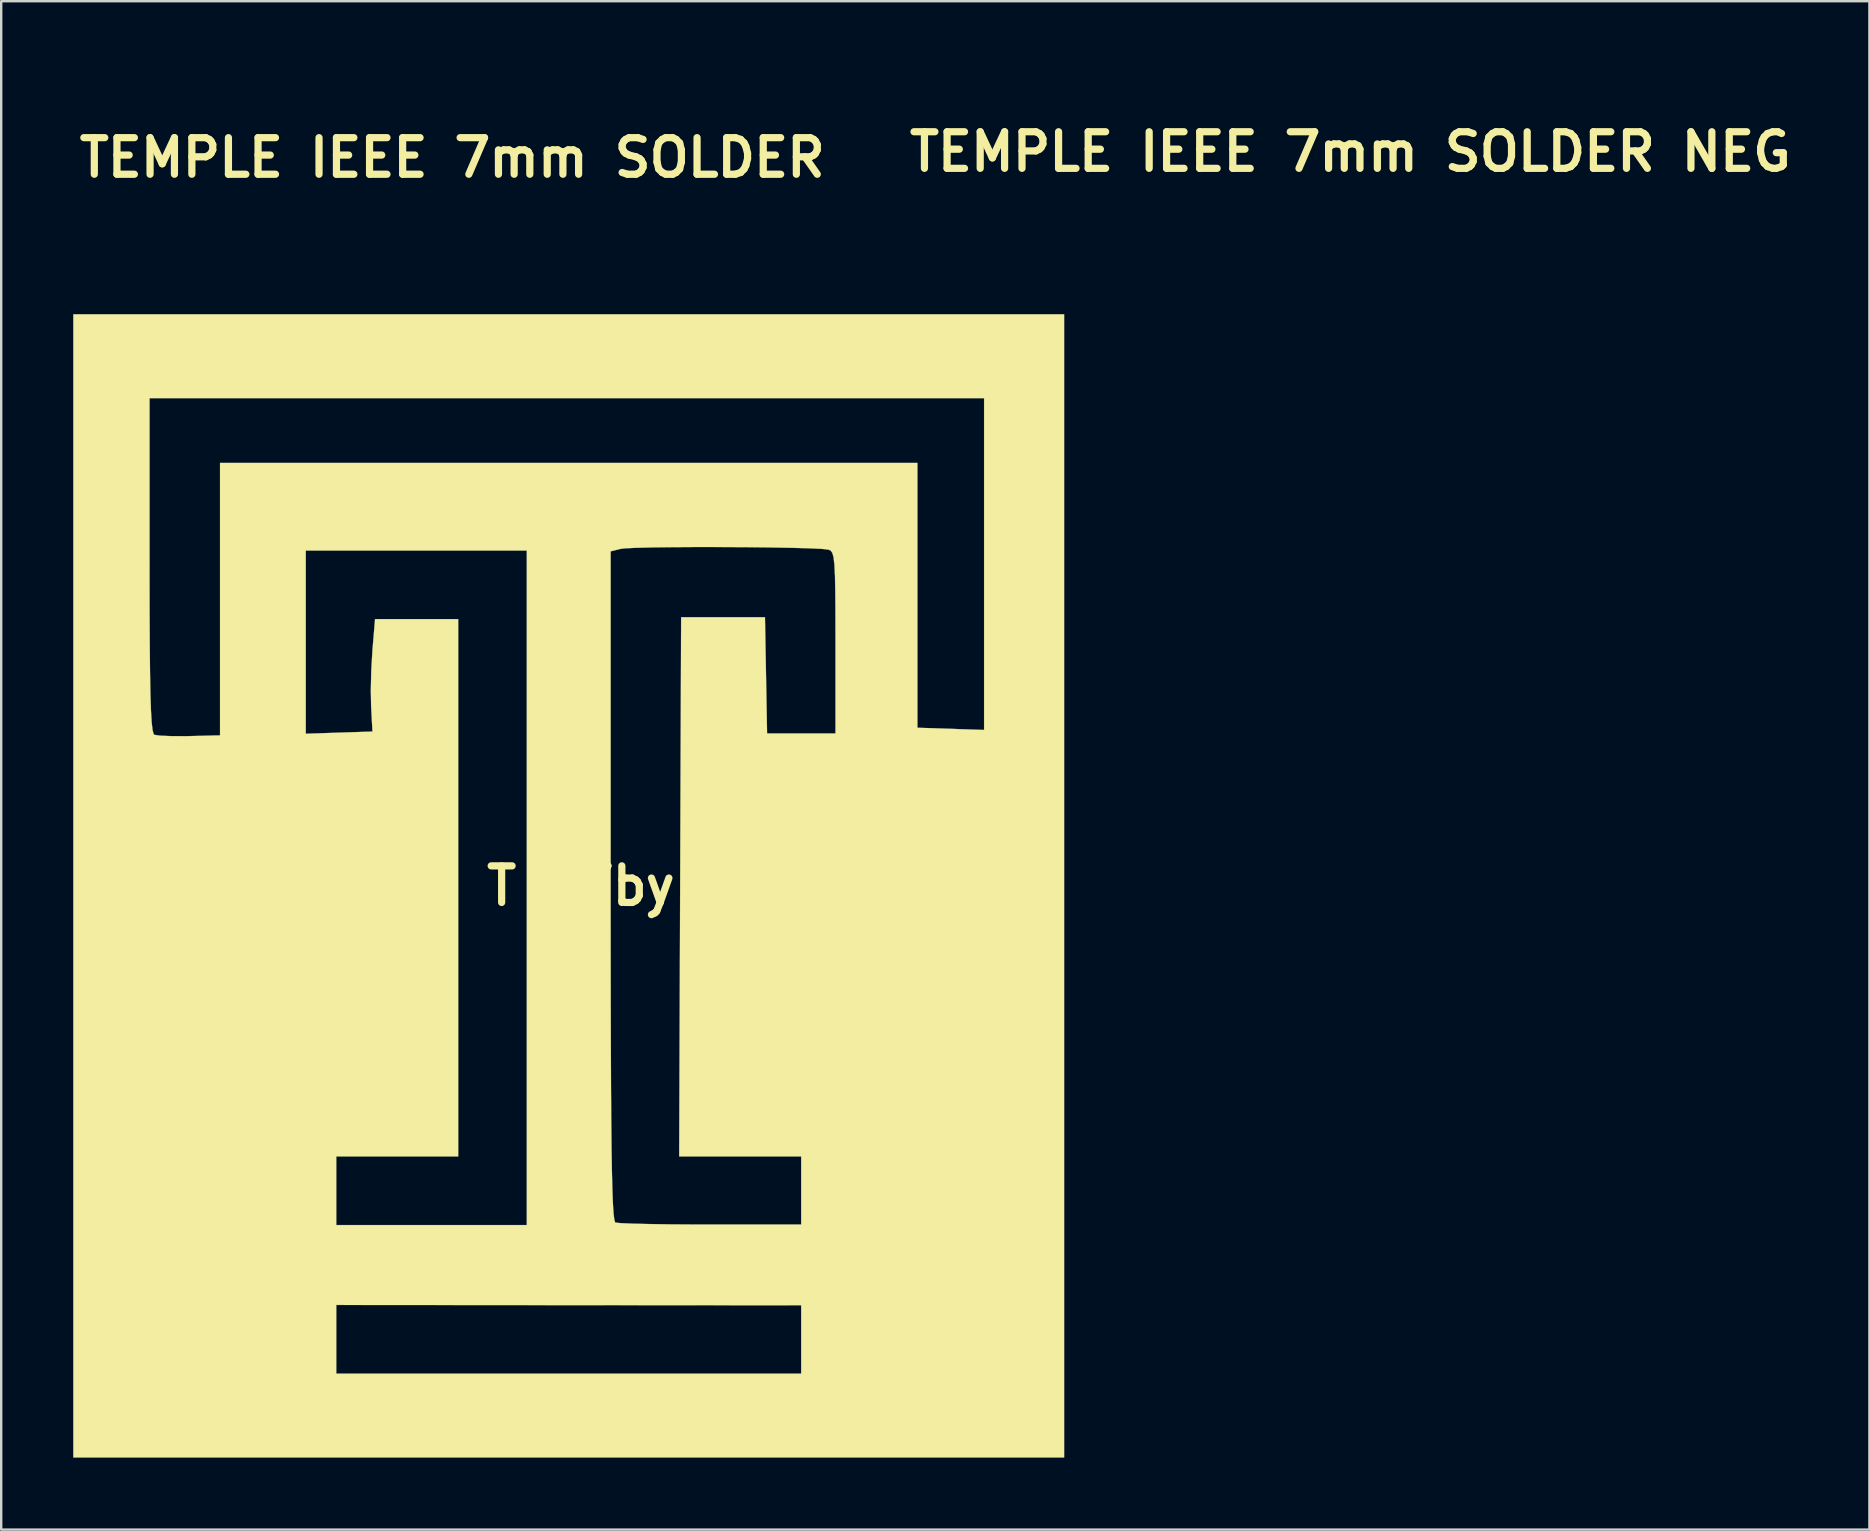
<source format=kicad_pcb>
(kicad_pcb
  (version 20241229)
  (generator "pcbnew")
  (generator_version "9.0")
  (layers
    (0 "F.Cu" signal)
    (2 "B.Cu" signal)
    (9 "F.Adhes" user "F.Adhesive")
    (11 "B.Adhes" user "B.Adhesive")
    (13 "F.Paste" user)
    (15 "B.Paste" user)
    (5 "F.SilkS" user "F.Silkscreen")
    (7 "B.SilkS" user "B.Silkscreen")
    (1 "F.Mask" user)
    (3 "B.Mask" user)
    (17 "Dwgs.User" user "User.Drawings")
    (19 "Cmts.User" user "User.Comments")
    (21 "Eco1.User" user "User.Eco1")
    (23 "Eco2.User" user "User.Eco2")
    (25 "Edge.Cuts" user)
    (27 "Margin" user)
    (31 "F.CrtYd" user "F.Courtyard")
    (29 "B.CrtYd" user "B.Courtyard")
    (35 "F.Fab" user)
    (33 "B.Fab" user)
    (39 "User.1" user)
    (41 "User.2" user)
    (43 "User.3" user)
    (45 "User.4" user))
  (footprint "TEMPLE IEEE 7mm SOLDER"
    (layer "F.Cu")
    (at 15.792 3.519)
    (property "Reference" "TEMPLE IEEE 7mm SOLDER" (at 0 0 0) (layer "F.SilkS") (effects (font (size 1.524 1.524) (thickness 0.3))))
    (attr through_hole)
    (fp_poly (pts (xy 0.865 -2.895) (xy 1.005 -2.817) (xy 1.083 -2.685) (xy 1.101 -2.545) (xy 1.07 -2.383) (xy 0.976 -2.274) (xy 0.815 -2.214) (xy 0.65 -2.201) (xy 0.423 -2.201) (xy 0.423 -2.921) (xy 0.658 -2.921) (xy 0.865 -2.895)) (stroke (width 0.01) (type solid)) (fill yes) (layer "F.Mask"))
    (fp_poly (pts (xy 6.096 3.514) (xy -6.054 3.514) (xy -6.054 0.931) (xy -5.419 0.931) (xy -5.419 1.27) (xy -4.995 1.27) (xy -4.995 2.794) (xy -5.419 2.794) (xy -5.419 3.133) (xy -4.149 3.133) (xy -4.149 2.794) (xy -4.572 2.794) (xy -4.572 1.27) (xy -4.149 1.27) (xy -4.149 0.931) (xy -3.641 0.931) (xy -3.641 3.133) (xy -2.201 3.133) (xy -2.201 2.794) (xy -3.217 2.794) (xy -3.217 2.159) (xy -2.328 2.159) (xy -2.328 1.82) (xy -3.217 1.82) (xy -3.217 1.27) (xy -2.201 1.27) (xy -2.201 0.931) (xy -1.82 0.931) (xy -1.82 3.133) (xy -0.339 3.133) (xy -0.339 2.794) (xy -1.397 2.794) (xy -1.397 2.159) (xy -0.508 2.159) (xy -0.508 1.82) (xy -1.397 1.82) (xy -1.397 1.27) (xy -0.381 1.27) (xy -0.381 0.931) (xy 0 0.931) (xy 0 3.133) (xy 1.482 3.133) (xy 1.482 2.794) (xy 0.423 2.794) (xy 0.423 2.159) (xy 1.312 2.159) (xy 1.312 1.82) (xy 0.423 1.82) (xy 0.423 1.27) (xy 1.439 1.27) (xy 1.439 0.931) (xy 0 0.931) (xy -0.381 0.931) (xy -1.82 0.931) (xy -2.201 0.931) (xy -3.641 0.931) (xy -4.149 0.931) (xy -5.419 0.931) (xy -6.054 0.931) (xy -6.054 -3.26) (xy -5.63 -3.26) (xy -5.63 -2.921) (xy -4.995 -2.921) (xy -4.995 -1.058) (xy -4.572 -1.058) (xy -4.572 -2.921) (xy -3.895 -2.921) (xy -3.895 -3.26) (xy -3.641 -3.26) (xy -3.641 -1.058) (xy -2.201 -1.058) (xy -2.201 -1.397) (xy -3.217 -1.397) (xy -3.217 -2.032) (xy -2.328 -2.032) (xy -2.328 -2.371) (xy -3.217 -2.371) (xy -3.217 -2.921) (xy -2.201 -2.921) (xy -2.201 -3.26) (xy -1.82 -3.26) (xy -1.82 -1.058) (xy -1.484 -1.058) (xy -1.472 -1.852) (xy -1.46 -2.646) (xy -1.339 -2.212) (xy -1.283 -2.018) (xy -1.24 -1.892) (xy -1.204 -1.819) (xy -1.167 -1.786) (xy -1.121 -1.778) (xy -1.12 -1.778) (xy -1.031 -1.807) (xy -1 -1.852) (xy -0.916 -2.139) (xy -0.844 -2.371) (xy -0.788 -2.541) (xy -0.751 -2.641) (xy -0.735 -2.667) (xy -0.729 -2.627) (xy -0.727 -2.515) (xy -0.729 -2.345) (xy -0.734 -2.129) (xy -0.742 -1.88) (xy -0.743 -1.863) (xy -0.774 -1.058) (xy -0.381 -1.058) (xy 0 -1.058) (xy 0.423 -1.058) (xy 0.423 -1.852) (xy 0.736 -1.872) (xy 0.991 -1.905) (xy 1.18 -1.972) (xy 1.321 -2.081) (xy 1.428 -2.242) (xy 1.429 -2.243) (xy 1.506 -2.446) (xy 1.514 -2.632) (xy 1.452 -2.83) (xy 1.436 -2.864) (xy 1.355 -3.004) (xy 1.256 -3.106) (xy 1.127 -3.176) (xy 0.952 -3.22) (xy 0.716 -3.245) (xy 0.519 -3.253) (xy 0.302 -3.26) (xy 1.863 -3.26) (xy 1.863 -1.058) (xy 3.26 -1.058) (xy 3.26 -1.397) (xy 2.244 -1.397) (xy 2.244 -3.26) (xy 3.683 -3.26) (xy 3.683 -1.058) (xy 5.122 -1.058) (xy 5.122 -1.397) (xy 4.064 -1.397) (xy 4.064 -2.032) (xy 4.995 -2.032) (xy 4.995 -2.371) (xy 4.064 -2.371) (xy 4.064 -2.921) (xy 5.122 -2.921) (xy 5.122 -3.26) (xy 3.683 -3.26) (xy 2.244 -3.26) (xy 1.863 -3.26) (xy 0.302 -3.26) (xy 0 -3.268) (xy 0 -1.058) (xy -0.381 -1.058) (xy -0.381 -3.26) (xy -0.877 -3.26) (xy -0.974 -2.91) (xy -1.022 -2.744) (xy -1.065 -2.604) (xy -1.096 -2.516) (xy -1.102 -2.502) (xy -1.124 -2.513) (xy -1.159 -2.596) (xy -1.203 -2.742) (xy -1.231 -2.851) (xy -1.329 -3.26) (xy -1.82 -3.26) (xy -2.201 -3.26) (xy -3.641 -3.26) (xy -3.895 -3.26) (xy -5.63 -3.26) (xy -6.054 -3.26) (xy -6.054 -3.514) (xy 6.096 -3.514) (xy 6.096 3.514)) (stroke (width 0.01) (type solid)) (fill yes) (layer "F.Mask")))
  (footprint "Temple T 47by 41mm"
    (layer "F.Cu")
    (at 20.642 33.855)
    (property "Reference" "Temple T 47by 41mm" (at 0 0 0) (layer "F.SilkS") (effects (font (size 1.524 1.524) (thickness 0.3))))
    (attr through_hole)
    (fp_poly (pts (xy 20.637 23.812) (xy -20.637 23.812) (xy -20.637 20.32) (xy -9.684 20.32) (xy 9.684 20.32) (xy 9.684 17.472) (xy 0 17.465) (xy -9.684 17.458) (xy -9.684 20.32) (xy -20.637 20.32) (xy -20.637 -20.32) (xy -17.462 -20.32) (xy -17.462 -13.348) (xy -17.461 -11.598) (xy -17.454 -10.142) (xy -17.443 -8.959) (xy -17.427 -8.025) (xy -17.404 -7.317) (xy -17.374 -6.813) (xy -17.337 -6.49) (xy -17.292 -6.325) (xy -17.264 -6.293) (xy -17.019 -6.258) (xy -16.549 -6.238) (xy -15.944 -6.237) (xy -15.796 -6.24) (xy -14.526 -6.271) (xy -14.526 -13.97) (xy -10.954 -13.97) (xy -10.954 -6.338) (xy -9.565 -6.384) (xy -8.176 -6.429) (xy -8.231 -7.461) (xy -8.244 -8.15) (xy -8.225 -8.979) (xy -8.179 -9.774) (xy -8.177 -9.803) (xy -8.068 -11.113) (xy -6.336 -11.113) (xy -4.604 -11.113) (xy -4.604 11.271) (xy -9.684 11.271) (xy -9.684 14.129) (xy -1.746 14.129) (xy -1.746 -13.936) (xy 1.746 -13.936) (xy 1.746 0.004) (xy 1.747 2.525) (xy 1.75 4.744) (xy 1.755 6.679) (xy 1.762 8.346) (xy 1.772 9.762) (xy 1.784 10.942) (xy 1.8 11.904) (xy 1.819 12.664) (xy 1.841 13.239) (xy 1.868 13.644) (xy 1.898 13.897) (xy 1.932 14.014) (xy 1.945 14.026) (xy 2.154 14.049) (xy 2.634 14.07) (xy 3.338 14.087) (xy 4.219 14.1) (xy 5.231 14.107) (xy 5.913 14.108) (xy 9.684 14.108) (xy 9.684 11.271) (xy 4.602 11.271) (xy 4.642 0.04) (xy 4.683 -11.192) (xy 8.176 -11.192) (xy 8.263 -6.35) (xy 9.688 -6.35) (xy 11.113 -6.35) (xy 11.113 -10.141) (xy 11.111 -11.336) (xy 11.105 -12.252) (xy 11.092 -12.926) (xy 11.068 -13.397) (xy 11.031 -13.703) (xy 10.977 -13.882) (xy 10.905 -13.973) (xy 10.816 -14.01) (xy 10.548 -14.039) (xy 10.016 -14.064) (xy 9.275 -14.084) (xy 8.379 -14.1) (xy 7.382 -14.111) (xy 6.34 -14.116) (xy 5.305 -14.117) (xy 4.332 -14.111) (xy 3.475 -14.101) (xy 2.789 -14.084) (xy 2.328 -14.061) (xy 2.168 -14.041) (xy 1.746 -13.936) (xy -1.746 -13.936) (xy -1.746 -13.97) (xy -10.954 -13.97) (xy -14.526 -13.97) (xy -14.526 -17.621) (xy 0 -17.621) (xy 14.526 -17.621) (xy 14.526 -6.588) (xy 17.304 -6.496) (xy 17.304 -13.408) (xy 17.304 -20.32) (xy -17.462 -20.32) (xy -20.637 -20.32) (xy -20.637 -23.812) (xy 20.637 -23.812) (xy 20.637 23.812)) (stroke (width 0.01) (type solid)) (fill yes) (layer "F.SilkS")))
  (footprint "TEMPLE IEEE 7mm SOLDER NEG"
    (layer "F.Cu")
    (at 53.205 3.273)
    (property "Reference" "TEMPLE IEEE 7mm SOLDER NEG" (at 0 0 0) (layer "F.SilkS") (effects (font (size 1.524 1.524) (thickness 0.3))))
    (attr through_hole)
    (fp_poly (pts (xy 2.244 -1.397) (xy 3.26 -1.397) (xy 3.26 -1.058) (xy 1.863 -1.058) (xy 1.863 -3.26) (xy 2.244 -3.26) (xy 2.244 -1.397)) (stroke (width 0.01) (type solid)) (fill yes) (layer "F.Mask"))
    (fp_poly (pts (xy -3.937 -2.921) (xy -4.572 -2.921) (xy -4.572 -1.058) (xy -4.995 -1.058) (xy -4.995 -2.921) (xy -5.63 -2.921) (xy -5.63 -3.26) (xy -3.937 -3.26) (xy -3.937 -2.921)) (stroke (width 0.01) (type solid)) (fill yes) (layer "F.Mask"))
    (fp_poly (pts (xy -4.149 1.27) (xy -4.572 1.27) (xy -4.572 2.794) (xy -4.149 2.794) (xy -4.149 3.133) (xy -5.376 3.133) (xy -5.376 2.794) (xy -4.995 2.794) (xy -4.995 1.27) (xy -5.376 1.27) (xy -5.376 0.931) (xy -4.149 0.931) (xy -4.149 1.27)) (stroke (width 0.01) (type solid)) (fill yes) (layer "F.Mask"))
    (fp_poly (pts (xy -2.201 -2.921) (xy -3.217 -2.921) (xy -3.217 -2.371) (xy -2.328 -2.371) (xy -2.328 -2.032) (xy -3.217 -2.032) (xy -3.217 -1.397) (xy -2.201 -1.397) (xy -2.201 -1.058) (xy -3.641 -1.058) (xy -3.641 -3.26) (xy -2.201 -3.26) (xy -2.201 -2.921)) (stroke (width 0.01) (type solid)) (fill yes) (layer "F.Mask"))
    (fp_poly (pts (xy -2.201 1.27) (xy -3.217 1.27) (xy -3.217 1.82) (xy -2.328 1.82) (xy -2.328 2.159) (xy -3.217 2.159) (xy -3.217 2.794) (xy -2.201 2.794) (xy -2.201 3.133) (xy -3.641 3.133) (xy -3.641 0.931) (xy -2.201 0.931) (xy -2.201 1.27)) (stroke (width 0.01) (type solid)) (fill yes) (layer "F.Mask"))
    (fp_poly (pts (xy -0.381 1.27) (xy -1.397 1.27) (xy -1.397 1.82) (xy -0.508 1.82) (xy -0.508 2.159) (xy -1.397 2.159) (xy -1.397 2.794) (xy -0.381 2.794) (xy -0.381 3.133) (xy -1.82 3.133) (xy -1.82 0.931) (xy -0.381 0.931) (xy -0.381 1.27)) (stroke (width 0.01) (type solid)) (fill yes) (layer "F.Mask"))
    (fp_poly (pts (xy 1.439 1.27) (xy 0.423 1.27) (xy 0.423 1.82) (xy 1.312 1.82) (xy 1.312 2.159) (xy 0.423 2.159) (xy 0.423 2.794) (xy 1.439 2.794) (xy 1.439 3.133) (xy 0 3.133) (xy 0 0.931) (xy 1.439 0.931) (xy 1.439 1.27)) (stroke (width 0.01) (type solid)) (fill yes) (layer "F.Mask"))
    (fp_poly (pts (xy 5.122 -2.921) (xy 4.064 -2.921) (xy 4.064 -2.371) (xy 4.953 -2.371) (xy 4.953 -2.032) (xy 4.064 -2.032) (xy 4.064 -1.397) (xy 5.122 -1.397) (xy 5.122 -1.058) (xy 3.683 -1.058) (xy 3.683 -3.26) (xy 5.122 -3.26) (xy 5.122 -2.921)) (stroke (width 0.01) (type solid)) (fill yes) (layer "F.Mask"))
    (fp_poly (pts (xy -1.231 -2.851) (xy -1.181 -2.662) (xy -1.14 -2.542) (xy -1.109 -2.496) (xy -1.099 -2.502) (xy -1.074 -2.568) (xy -1.034 -2.693) (xy -0.987 -2.854) (xy -0.971 -2.91) (xy -0.876 -3.26) (xy -0.381 -3.26) (xy -0.381 -1.058) (xy -0.718 -1.058) (xy -0.729 -1.873) (xy -0.741 -2.688) (xy -0.886 -2.233) (xy -0.951 -2.033) (xy -1.001 -1.901) (xy -1.042 -1.823) (xy -1.081 -1.787) (xy -1.122 -1.778) (xy -1.166 -1.787) (xy -1.203 -1.825) (xy -1.241 -1.905) (xy -1.287 -2.041) (xy -1.337 -2.212) (xy -1.46 -2.646) (xy -1.472 -1.852) (xy -1.484 -1.058) (xy -1.82 -1.058) (xy -1.82 -3.26) (xy -1.329 -3.26) (xy -1.231 -2.851)) (stroke (width 0.01) (type solid)) (fill yes) (layer "F.Mask"))
    (fp_poly (pts (xy 0.519 -3.253) (xy 0.753 -3.244) (xy 0.921 -3.23) (xy 1.041 -3.209) (xy 1.129 -3.179) (xy 1.178 -3.153) (xy 1.352 -3.003) (xy 1.464 -2.808) (xy 1.509 -2.587) (xy 1.479 -2.359) (xy 1.449 -2.277) (xy 1.341 -2.102) (xy 1.191 -1.98) (xy 0.986 -1.905) (xy 0.736 -1.872) (xy 0.423 -1.852) (xy 0.423 -1.058) (xy 0 -1.058) (xy 0 -2.921) (xy 0.423 -2.921) (xy 0.423 -2.201) (xy 0.664 -2.201) (xy 0.824 -2.21) (xy 0.929 -2.241) (xy 1.003 -2.293) (xy 1.084 -2.423) (xy 1.103 -2.579) (xy 1.059 -2.733) (xy 0.997 -2.817) (xy 0.916 -2.881) (xy 0.819 -2.912) (xy 0.672 -2.921) (xy 0.658 -2.921) (xy 0.423 -2.921) (xy 0 -2.921) (xy 0 -3.268) (xy 0.519 -3.253)) (stroke (width 0.01) (type solid)) (fill yes) (layer "F.Mask")))
  (gr_rect
    (start -3 -3)
    (end 74.827 60.672)
    (stroke (width 0.1) (type default))
    (fill no)
    (layer "Edge.Cuts")))
</source>
